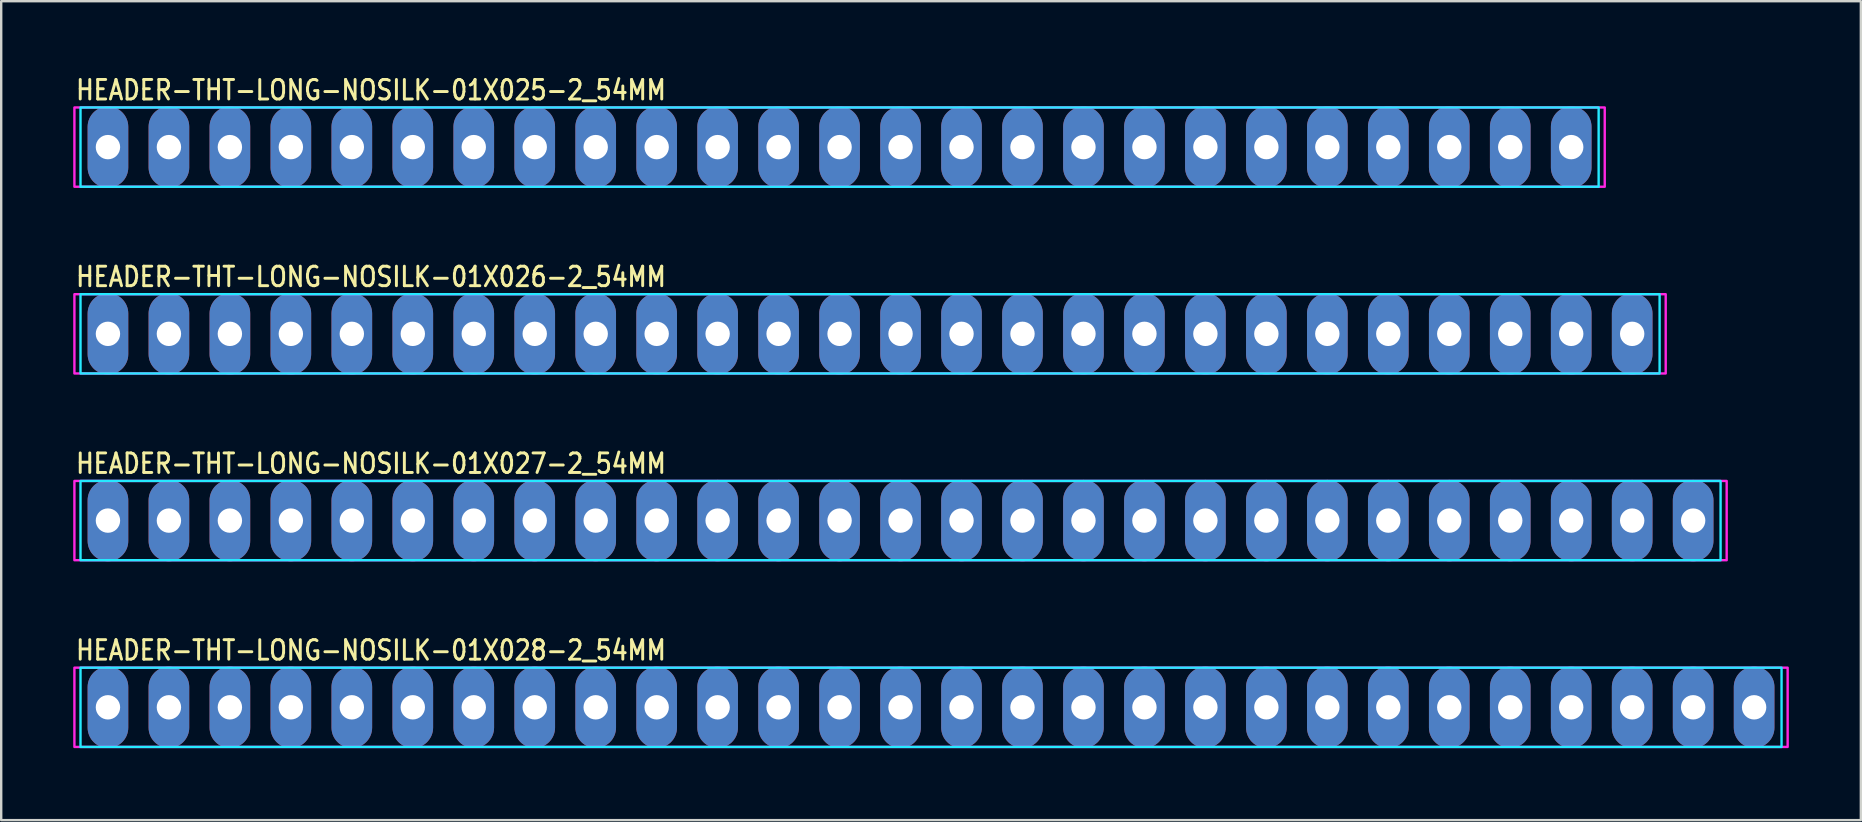
<source format=kicad_pcb>
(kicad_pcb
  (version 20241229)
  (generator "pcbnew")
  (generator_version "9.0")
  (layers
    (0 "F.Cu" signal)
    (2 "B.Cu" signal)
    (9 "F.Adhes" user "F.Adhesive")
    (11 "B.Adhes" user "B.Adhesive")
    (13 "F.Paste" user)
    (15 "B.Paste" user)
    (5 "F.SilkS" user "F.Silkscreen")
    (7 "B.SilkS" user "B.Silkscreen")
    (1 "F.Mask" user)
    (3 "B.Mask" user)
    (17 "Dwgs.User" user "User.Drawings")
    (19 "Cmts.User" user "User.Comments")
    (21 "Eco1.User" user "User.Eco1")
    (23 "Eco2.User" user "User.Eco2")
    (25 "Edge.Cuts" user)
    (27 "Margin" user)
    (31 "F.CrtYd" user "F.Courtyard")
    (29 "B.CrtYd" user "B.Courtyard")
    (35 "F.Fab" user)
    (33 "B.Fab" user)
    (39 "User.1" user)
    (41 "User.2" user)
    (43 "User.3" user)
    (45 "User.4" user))
  (footprint "HEADER-THT-LONG-NOSILK-01X025-2_54MM"
    (layer "F.Cu")
    (at 1.447 3.079)
    (property "Reference" "HEADER-THT-LONG-NOSILK-01X025-2_54MM" (at -1.4 -1.9 0) (unlocked yes) (layer "F.SilkS") (effects (font (size 0.813 0.695) (thickness 0.122)) (justify left bottom)))
    (fp_poly (pts (xy -1.143 -1.651) (xy 62.103 -1.651) (xy 62.103 1.651) (xy -1.143 1.651)) (stroke (width 0.1) (type solid)) (fill no) (layer "B.CrtYd"))
    (fp_poly (pts (xy -1.397 -1.651) (xy 62.357 -1.651) (xy 62.357 1.651) (xy -1.397 1.651)) (stroke (width 0.1) (type solid)) (fill no) (layer "F.CrtYd"))
    (pad "1" thru_hole oval (at 0 0 90) (size 3.387 1.693) (drill 1.016) (layers "*.Cu" "*.Mask"))
    (pad "2" thru_hole oval (at 2.54 0 90) (size 3.387 1.693) (drill 1.016) (layers "*.Cu" "*.Mask"))
    (pad "3" thru_hole oval (at 5.08 0 90) (size 3.387 1.693) (drill 1.016) (layers "*.Cu" "*.Mask"))
    (pad "4" thru_hole oval (at 7.62 0 90) (size 3.387 1.693) (drill 1.016) (layers "*.Cu" "*.Mask"))
    (pad "5" thru_hole oval (at 10.16 0 90) (size 3.387 1.693) (drill 1.016) (layers "*.Cu" "*.Mask"))
    (pad "6" thru_hole oval (at 12.7 0 90) (size 3.387 1.693) (drill 1.016) (layers "*.Cu" "*.Mask"))
    (pad "7" thru_hole oval (at 15.24 0 90) (size 3.387 1.693) (drill 1.016) (layers "*.Cu" "*.Mask"))
    (pad "8" thru_hole oval (at 17.78 0 90) (size 3.387 1.693) (drill 1.016) (layers "*.Cu" "*.Mask"))
    (pad "9" thru_hole oval (at 20.32 0 90) (size 3.387 1.693) (drill 1.016) (layers "*.Cu" "*.Mask"))
    (pad "10" thru_hole oval (at 22.86 0 90) (size 3.387 1.693) (drill 1.016) (layers "*.Cu" "*.Mask"))
    (pad "11" thru_hole oval (at 25.4 0 90) (size 3.387 1.693) (drill 1.016) (layers "*.Cu" "*.Mask"))
    (pad "12" thru_hole oval (at 27.94 0 90) (size 3.387 1.693) (drill 1.016) (layers "*.Cu" "*.Mask"))
    (pad "13" thru_hole oval (at 30.48 0 90) (size 3.387 1.693) (drill 1.016) (layers "*.Cu" "*.Mask"))
    (pad "14" thru_hole oval (at 33.02 0 90) (size 3.387 1.693) (drill 1.016) (layers "*.Cu" "*.Mask"))
    (pad "15" thru_hole oval (at 35.56 0 90) (size 3.387 1.693) (drill 1.016) (layers "*.Cu" "*.Mask"))
    (pad "16" thru_hole oval (at 38.1 0 90) (size 3.387 1.693) (drill 1.016) (layers "*.Cu" "*.Mask"))
    (pad "17" thru_hole oval (at 40.64 0 90) (size 3.387 1.693) (drill 1.016) (layers "*.Cu" "*.Mask"))
    (pad "18" thru_hole oval (at 43.18 0 90) (size 3.387 1.693) (drill 1.016) (layers "*.Cu" "*.Mask"))
    (pad "19" thru_hole oval (at 45.72 0 90) (size 3.387 1.693) (drill 1.016) (layers "*.Cu" "*.Mask"))
    (pad "20" thru_hole oval (at 48.26 0 90) (size 3.387 1.693) (drill 1.016) (layers "*.Cu" "*.Mask"))
    (pad "21" thru_hole oval (at 50.8 0 90) (size 3.387 1.693) (drill 1.016) (layers "*.Cu" "*.Mask"))
    (pad "22" thru_hole oval (at 53.34 0 90) (size 3.387 1.693) (drill 1.016) (layers "*.Cu" "*.Mask"))
    (pad "23" thru_hole oval (at 55.88 0 90) (size 3.387 1.693) (drill 1.016) (layers "*.Cu" "*.Mask"))
    (pad "24" thru_hole oval (at 58.42 0 90) (size 3.387 1.693) (drill 1.016) (layers "*.Cu" "*.Mask"))
    (pad "25" thru_hole oval (at 60.96 0 90) (size 3.387 1.693) (drill 1.016) (layers "*.Cu" "*.Mask")))
  (footprint "HEADER-THT-LONG-NOSILK-01X028-2_54MM"
    (layer "F.Cu")
    (at 1.447 26.417)
    (property "Reference" "HEADER-THT-LONG-NOSILK-01X028-2_54MM" (at -1.4 -1.9 0) (unlocked yes) (layer "F.SilkS") (effects (font (size 0.813 0.695) (thickness 0.122)) (justify left bottom)))
    (fp_poly (pts (xy -1.143 -1.651) (xy 69.723 -1.651) (xy 69.723 1.651) (xy -1.143 1.651)) (stroke (width 0.1) (type solid)) (fill no) (layer "B.CrtYd"))
    (fp_poly (pts (xy -1.397 -1.651) (xy 69.977 -1.651) (xy 69.977 1.651) (xy -1.397 1.651)) (stroke (width 0.1) (type solid)) (fill no) (layer "F.CrtYd"))
    (pad "1" thru_hole oval (at 0 0 90) (size 3.387 1.693) (drill 1.016) (layers "*.Cu" "*.Mask"))
    (pad "2" thru_hole oval (at 2.54 0 90) (size 3.387 1.693) (drill 1.016) (layers "*.Cu" "*.Mask"))
    (pad "3" thru_hole oval (at 5.08 0 90) (size 3.387 1.693) (drill 1.016) (layers "*.Cu" "*.Mask"))
    (pad "4" thru_hole oval (at 7.62 0 90) (size 3.387 1.693) (drill 1.016) (layers "*.Cu" "*.Mask"))
    (pad "5" thru_hole oval (at 10.16 0 90) (size 3.387 1.693) (drill 1.016) (layers "*.Cu" "*.Mask"))
    (pad "6" thru_hole oval (at 12.7 0 90) (size 3.387 1.693) (drill 1.016) (layers "*.Cu" "*.Mask"))
    (pad "7" thru_hole oval (at 15.24 0 90) (size 3.387 1.693) (drill 1.016) (layers "*.Cu" "*.Mask"))
    (pad "8" thru_hole oval (at 17.78 0 90) (size 3.387 1.693) (drill 1.016) (layers "*.Cu" "*.Mask"))
    (pad "9" thru_hole oval (at 20.32 0 90) (size 3.387 1.693) (drill 1.016) (layers "*.Cu" "*.Mask"))
    (pad "10" thru_hole oval (at 22.86 0 90) (size 3.387 1.693) (drill 1.016) (layers "*.Cu" "*.Mask"))
    (pad "11" thru_hole oval (at 25.4 0 90) (size 3.387 1.693) (drill 1.016) (layers "*.Cu" "*.Mask"))
    (pad "12" thru_hole oval (at 27.94 0 90) (size 3.387 1.693) (drill 1.016) (layers "*.Cu" "*.Mask"))
    (pad "13" thru_hole oval (at 30.48 0 90) (size 3.387 1.693) (drill 1.016) (layers "*.Cu" "*.Mask"))
    (pad "14" thru_hole oval (at 33.02 0 90) (size 3.387 1.693) (drill 1.016) (layers "*.Cu" "*.Mask"))
    (pad "15" thru_hole oval (at 35.56 0 90) (size 3.387 1.693) (drill 1.016) (layers "*.Cu" "*.Mask"))
    (pad "16" thru_hole oval (at 38.1 0 90) (size 3.387 1.693) (drill 1.016) (layers "*.Cu" "*.Mask"))
    (pad "17" thru_hole oval (at 40.64 0 90) (size 3.387 1.693) (drill 1.016) (layers "*.Cu" "*.Mask"))
    (pad "18" thru_hole oval (at 43.18 0 90) (size 3.387 1.693) (drill 1.016) (layers "*.Cu" "*.Mask"))
    (pad "19" thru_hole oval (at 45.72 0 90) (size 3.387 1.693) (drill 1.016) (layers "*.Cu" "*.Mask"))
    (pad "20" thru_hole oval (at 48.26 0 90) (size 3.387 1.693) (drill 1.016) (layers "*.Cu" "*.Mask"))
    (pad "21" thru_hole oval (at 50.8 0 90) (size 3.387 1.693) (drill 1.016) (layers "*.Cu" "*.Mask"))
    (pad "22" thru_hole oval (at 53.34 0 90) (size 3.387 1.693) (drill 1.016) (layers "*.Cu" "*.Mask"))
    (pad "23" thru_hole oval (at 55.88 0 90) (size 3.387 1.693) (drill 1.016) (layers "*.Cu" "*.Mask"))
    (pad "24" thru_hole oval (at 58.42 0 90) (size 3.387 1.693) (drill 1.016) (layers "*.Cu" "*.Mask"))
    (pad "25" thru_hole oval (at 60.96 0 90) (size 3.387 1.693) (drill 1.016) (layers "*.Cu" "*.Mask"))
    (pad "26" thru_hole oval (at 63.5 0 90) (size 3.387 1.693) (drill 1.016) (layers "*.Cu" "*.Mask"))
    (pad "27" thru_hole oval (at 66.04 0 90) (size 3.387 1.693) (drill 1.016) (layers "*.Cu" "*.Mask"))
    (pad "28" thru_hole oval (at 68.58 0 90) (size 3.387 1.693) (drill 1.016) (layers "*.Cu" "*.Mask")))
  (footprint "HEADER-THT-LONG-NOSILK-01X027-2_54MM"
    (layer "F.Cu")
    (at 1.447 18.638)
    (property "Reference" "HEADER-THT-LONG-NOSILK-01X027-2_54MM" (at -1.4 -1.9 0) (unlocked yes) (layer "F.SilkS") (effects (font (size 0.813 0.695) (thickness 0.122)) (justify left bottom)))
    (fp_poly (pts (xy -1.143 -1.651) (xy 67.183 -1.651) (xy 67.183 1.651) (xy -1.143 1.651)) (stroke (width 0.1) (type solid)) (fill no) (layer "B.CrtYd"))
    (fp_poly (pts (xy -1.397 -1.651) (xy 67.437 -1.651) (xy 67.437 1.651) (xy -1.397 1.651)) (stroke (width 0.1) (type solid)) (fill no) (layer "F.CrtYd"))
    (pad "1" thru_hole oval (at 0 0 90) (size 3.387 1.693) (drill 1.016) (layers "*.Cu" "*.Mask"))
    (pad "2" thru_hole oval (at 2.54 0 90) (size 3.387 1.693) (drill 1.016) (layers "*.Cu" "*.Mask"))
    (pad "3" thru_hole oval (at 5.08 0 90) (size 3.387 1.693) (drill 1.016) (layers "*.Cu" "*.Mask"))
    (pad "4" thru_hole oval (at 7.62 0 90) (size 3.387 1.693) (drill 1.016) (layers "*.Cu" "*.Mask"))
    (pad "5" thru_hole oval (at 10.16 0 90) (size 3.387 1.693) (drill 1.016) (layers "*.Cu" "*.Mask"))
    (pad "6" thru_hole oval (at 12.7 0 90) (size 3.387 1.693) (drill 1.016) (layers "*.Cu" "*.Mask"))
    (pad "7" thru_hole oval (at 15.24 0 90) (size 3.387 1.693) (drill 1.016) (layers "*.Cu" "*.Mask"))
    (pad "8" thru_hole oval (at 17.78 0 90) (size 3.387 1.693) (drill 1.016) (layers "*.Cu" "*.Mask"))
    (pad "9" thru_hole oval (at 20.32 0 90) (size 3.387 1.693) (drill 1.016) (layers "*.Cu" "*.Mask"))
    (pad "10" thru_hole oval (at 22.86 0 90) (size 3.387 1.693) (drill 1.016) (layers "*.Cu" "*.Mask"))
    (pad "11" thru_hole oval (at 25.4 0 90) (size 3.387 1.693) (drill 1.016) (layers "*.Cu" "*.Mask"))
    (pad "12" thru_hole oval (at 27.94 0 90) (size 3.387 1.693) (drill 1.016) (layers "*.Cu" "*.Mask"))
    (pad "13" thru_hole oval (at 30.48 0 90) (size 3.387 1.693) (drill 1.016) (layers "*.Cu" "*.Mask"))
    (pad "14" thru_hole oval (at 33.02 0 90) (size 3.387 1.693) (drill 1.016) (layers "*.Cu" "*.Mask"))
    (pad "15" thru_hole oval (at 35.56 0 90) (size 3.387 1.693) (drill 1.016) (layers "*.Cu" "*.Mask"))
    (pad "16" thru_hole oval (at 38.1 0 90) (size 3.387 1.693) (drill 1.016) (layers "*.Cu" "*.Mask"))
    (pad "17" thru_hole oval (at 40.64 0 90) (size 3.387 1.693) (drill 1.016) (layers "*.Cu" "*.Mask"))
    (pad "18" thru_hole oval (at 43.18 0 90) (size 3.387 1.693) (drill 1.016) (layers "*.Cu" "*.Mask"))
    (pad "19" thru_hole oval (at 45.72 0 90) (size 3.387 1.693) (drill 1.016) (layers "*.Cu" "*.Mask"))
    (pad "20" thru_hole oval (at 48.26 0 90) (size 3.387 1.693) (drill 1.016) (layers "*.Cu" "*.Mask"))
    (pad "21" thru_hole oval (at 50.8 0 90) (size 3.387 1.693) (drill 1.016) (layers "*.Cu" "*.Mask"))
    (pad "22" thru_hole oval (at 53.34 0 90) (size 3.387 1.693) (drill 1.016) (layers "*.Cu" "*.Mask"))
    (pad "23" thru_hole oval (at 55.88 0 90) (size 3.387 1.693) (drill 1.016) (layers "*.Cu" "*.Mask"))
    (pad "24" thru_hole oval (at 58.42 0 90) (size 3.387 1.693) (drill 1.016) (layers "*.Cu" "*.Mask"))
    (pad "25" thru_hole oval (at 60.96 0 90) (size 3.387 1.693) (drill 1.016) (layers "*.Cu" "*.Mask"))
    (pad "26" thru_hole oval (at 63.5 0 90) (size 3.387 1.693) (drill 1.016) (layers "*.Cu" "*.Mask"))
    (pad "27" thru_hole oval (at 66.04 0 90) (size 3.387 1.693) (drill 1.016) (layers "*.Cu" "*.Mask")))
  (footprint "HEADER-THT-LONG-NOSILK-01X026-2_54MM"
    (layer "F.Cu")
    (at 1.447 10.858)
    (property "Reference" "HEADER-THT-LONG-NOSILK-01X026-2_54MM" (at -1.4 -1.9 0) (unlocked yes) (layer "F.SilkS") (effects (font (size 0.813 0.695) (thickness 0.122)) (justify left bottom)))
    (fp_poly (pts (xy -1.143 -1.651) (xy 64.643 -1.651) (xy 64.643 1.651) (xy -1.143 1.651)) (stroke (width 0.1) (type solid)) (fill no) (layer "B.CrtYd"))
    (fp_poly (pts (xy -1.397 -1.651) (xy 64.897 -1.651) (xy 64.897 1.651) (xy -1.397 1.651)) (stroke (width 0.1) (type solid)) (fill no) (layer "F.CrtYd"))
    (pad "1" thru_hole oval (at 0 0 90) (size 3.387 1.693) (drill 1.016) (layers "*.Cu" "*.Mask"))
    (pad "2" thru_hole oval (at 2.54 0 90) (size 3.387 1.693) (drill 1.016) (layers "*.Cu" "*.Mask"))
    (pad "3" thru_hole oval (at 5.08 0 90) (size 3.387 1.693) (drill 1.016) (layers "*.Cu" "*.Mask"))
    (pad "4" thru_hole oval (at 7.62 0 90) (size 3.387 1.693) (drill 1.016) (layers "*.Cu" "*.Mask"))
    (pad "5" thru_hole oval (at 10.16 0 90) (size 3.387 1.693) (drill 1.016) (layers "*.Cu" "*.Mask"))
    (pad "6" thru_hole oval (at 12.7 0 90) (size 3.387 1.693) (drill 1.016) (layers "*.Cu" "*.Mask"))
    (pad "7" thru_hole oval (at 15.24 0 90) (size 3.387 1.693) (drill 1.016) (layers "*.Cu" "*.Mask"))
    (pad "8" thru_hole oval (at 17.78 0 90) (size 3.387 1.693) (drill 1.016) (layers "*.Cu" "*.Mask"))
    (pad "9" thru_hole oval (at 20.32 0 90) (size 3.387 1.693) (drill 1.016) (layers "*.Cu" "*.Mask"))
    (pad "10" thru_hole oval (at 22.86 0 90) (size 3.387 1.693) (drill 1.016) (layers "*.Cu" "*.Mask"))
    (pad "11" thru_hole oval (at 25.4 0 90) (size 3.387 1.693) (drill 1.016) (layers "*.Cu" "*.Mask"))
    (pad "12" thru_hole oval (at 27.94 0 90) (size 3.387 1.693) (drill 1.016) (layers "*.Cu" "*.Mask"))
    (pad "13" thru_hole oval (at 30.48 0 90) (size 3.387 1.693) (drill 1.016) (layers "*.Cu" "*.Mask"))
    (pad "14" thru_hole oval (at 33.02 0 90) (size 3.387 1.693) (drill 1.016) (layers "*.Cu" "*.Mask"))
    (pad "15" thru_hole oval (at 35.56 0 90) (size 3.387 1.693) (drill 1.016) (layers "*.Cu" "*.Mask"))
    (pad "16" thru_hole oval (at 38.1 0 90) (size 3.387 1.693) (drill 1.016) (layers "*.Cu" "*.Mask"))
    (pad "17" thru_hole oval (at 40.64 0 90) (size 3.387 1.693) (drill 1.016) (layers "*.Cu" "*.Mask"))
    (pad "18" thru_hole oval (at 43.18 0 90) (size 3.387 1.693) (drill 1.016) (layers "*.Cu" "*.Mask"))
    (pad "19" thru_hole oval (at 45.72 0 90) (size 3.387 1.693) (drill 1.016) (layers "*.Cu" "*.Mask"))
    (pad "20" thru_hole oval (at 48.26 0 90) (size 3.387 1.693) (drill 1.016) (layers "*.Cu" "*.Mask"))
    (pad "21" thru_hole oval (at 50.8 0 90) (size 3.387 1.693) (drill 1.016) (layers "*.Cu" "*.Mask"))
    (pad "22" thru_hole oval (at 53.34 0 90) (size 3.387 1.693) (drill 1.016) (layers "*.Cu" "*.Mask"))
    (pad "23" thru_hole oval (at 55.88 0 90) (size 3.387 1.693) (drill 1.016) (layers "*.Cu" "*.Mask"))
    (pad "24" thru_hole oval (at 58.42 0 90) (size 3.387 1.693) (drill 1.016) (layers "*.Cu" "*.Mask"))
    (pad "25" thru_hole oval (at 60.96 0 90) (size 3.387 1.693) (drill 1.016) (layers "*.Cu" "*.Mask"))
    (pad "26" thru_hole oval (at 63.5 0 90) (size 3.387 1.693) (drill 1.016) (layers "*.Cu" "*.Mask")))
  (gr_rect
    (start -3 -3)
    (end 74.474 31.118)
    (stroke (width 0.1) (type default))
    (fill no)
    (layer "Edge.Cuts")))
</source>
